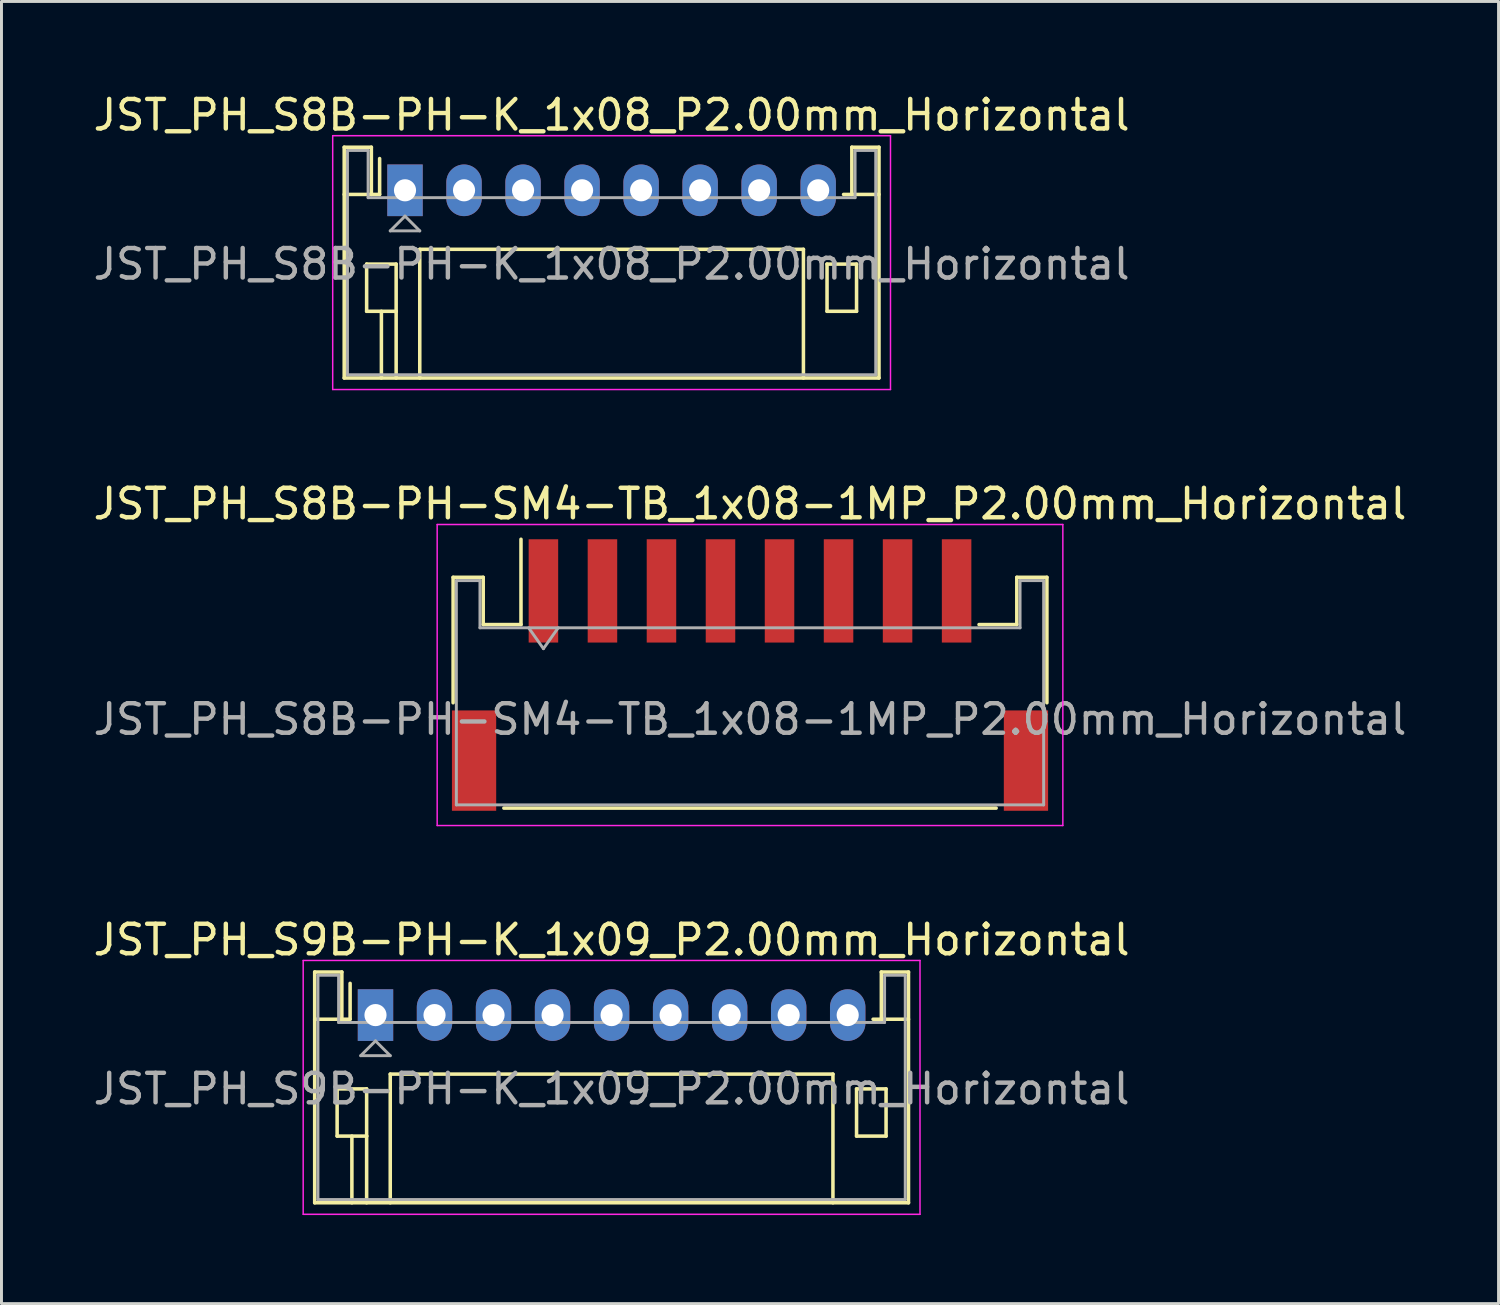
<source format=kicad_pcb>
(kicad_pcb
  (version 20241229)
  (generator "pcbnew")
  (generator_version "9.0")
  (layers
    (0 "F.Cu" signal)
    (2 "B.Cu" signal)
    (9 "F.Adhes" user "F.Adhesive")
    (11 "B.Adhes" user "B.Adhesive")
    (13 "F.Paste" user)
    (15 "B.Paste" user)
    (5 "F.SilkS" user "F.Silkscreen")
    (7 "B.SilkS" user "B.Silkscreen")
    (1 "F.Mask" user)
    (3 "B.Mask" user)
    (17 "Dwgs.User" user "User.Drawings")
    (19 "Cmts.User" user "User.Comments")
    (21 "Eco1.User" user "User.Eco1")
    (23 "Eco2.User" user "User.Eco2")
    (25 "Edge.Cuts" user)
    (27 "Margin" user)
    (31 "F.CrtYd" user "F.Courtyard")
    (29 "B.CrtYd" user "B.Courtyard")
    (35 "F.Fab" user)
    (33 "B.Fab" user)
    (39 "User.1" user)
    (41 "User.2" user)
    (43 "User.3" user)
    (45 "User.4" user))
  (footprint "JST_PH_S9B-PH-K_1x09_P2.00mm_Horizontal"
    (layer "F.Cu")
    (at 9.673 31.345)
    (property "Reference" "JST_PH_S9B-PH-K_1x09_P2.00mm_Horizontal" (at 8 -2.55 0) (layer "F.SilkS") (effects (font (size 1 1) (thickness 0.15))))
    (attr through_hole)
    (fp_line (start -2.06 -1.46) (end -2.06 6.36) (stroke (width 0.12) (type solid)) (layer "F.SilkS"))
    (fp_line (start -2.06 0.14) (end -1.14 0.14) (stroke (width 0.12) (type solid)) (layer "F.SilkS"))
    (fp_line (start -2.06 6.36) (end 18.06 6.36) (stroke (width 0.12) (type solid)) (layer "F.SilkS"))
    (fp_line (start -1.3 2.5) (end -1.3 4.1) (stroke (width 0.12) (type solid)) (layer "F.SilkS"))
    (fp_line (start -1.3 4.1) (end -0.3 4.1) (stroke (width 0.12) (type solid)) (layer "F.SilkS"))
    (fp_line (start -1.14 -1.46) (end -2.06 -1.46) (stroke (width 0.12) (type solid)) (layer "F.SilkS"))
    (fp_line (start -1.14 0.14) (end -1.14 -1.46) (stroke (width 0.12) (type solid)) (layer "F.SilkS"))
    (fp_line (start -0.86 0.14) (end -1.14 0.14) (stroke (width 0.12) (type solid)) (layer "F.SilkS"))
    (fp_line (start -0.86 0.14) (end -0.86 -1.075) (stroke (width 0.12) (type solid)) (layer "F.SilkS"))
    (fp_line (start -0.8 4.1) (end -0.8 6.36) (stroke (width 0.12) (type solid)) (layer "F.SilkS"))
    (fp_line (start -0.3 2.5) (end -1.3 2.5) (stroke (width 0.12) (type solid)) (layer "F.SilkS"))
    (fp_line (start -0.3 4.1) (end -0.3 2.5) (stroke (width 0.12) (type solid)) (layer "F.SilkS"))
    (fp_line (start -0.3 4.1) (end -0.3 6.36) (stroke (width 0.12) (type solid)) (layer "F.SilkS"))
    (fp_line (start 0.5 2) (end 15.5 2) (stroke (width 0.12) (type solid)) (layer "F.SilkS"))
    (fp_line (start 0.5 6.36) (end 0.5 2) (stroke (width 0.12) (type solid)) (layer "F.SilkS"))
    (fp_line (start 15.5 2) (end 15.5 6.36) (stroke (width 0.12) (type solid)) (layer "F.SilkS"))
    (fp_line (start 16.3 2.5) (end 17.3 2.5) (stroke (width 0.12) (type solid)) (layer "F.SilkS"))
    (fp_line (start 16.3 4.1) (end 16.3 2.5) (stroke (width 0.12) (type solid)) (layer "F.SilkS"))
    (fp_line (start 17.14 -1.46) (end 17.14 0.14) (stroke (width 0.12) (type solid)) (layer "F.SilkS"))
    (fp_line (start 17.14 0.14) (end 16.86 0.14) (stroke (width 0.12) (type solid)) (layer "F.SilkS"))
    (fp_line (start 17.3 2.5) (end 17.3 4.1) (stroke (width 0.12) (type solid)) (layer "F.SilkS"))
    (fp_line (start 17.3 4.1) (end 16.3 4.1) (stroke (width 0.12) (type solid)) (layer "F.SilkS"))
    (fp_line (start 18.06 -1.46) (end 17.14 -1.46) (stroke (width 0.12) (type solid)) (layer "F.SilkS"))
    (fp_line (start 18.06 0.14) (end 17.14 0.14) (stroke (width 0.12) (type solid)) (layer "F.SilkS"))
    (fp_line (start 18.06 6.36) (end 18.06 -1.46) (stroke (width 0.12) (type solid)) (layer "F.SilkS"))
    (fp_line (start -2.45 -1.85) (end -2.45 6.75) (stroke (width 0.05) (type solid)) (layer "F.CrtYd"))
    (fp_line (start -2.45 6.75) (end 18.45 6.75) (stroke (width 0.05) (type solid)) (layer "F.CrtYd"))
    (fp_line (start 18.45 -1.85) (end -2.45 -1.85) (stroke (width 0.05) (type solid)) (layer "F.CrtYd"))
    (fp_line (start 18.45 6.75) (end 18.45 -1.85) (stroke (width 0.05) (type solid)) (layer "F.CrtYd"))
    (fp_line (start -1.95 -1.35) (end -1.95 6.25) (stroke (width 0.1) (type solid)) (layer "F.Fab"))
    (fp_line (start -1.95 6.25) (end 17.95 6.25) (stroke (width 0.1) (type solid)) (layer "F.Fab"))
    (fp_line (start -1.25 -1.35) (end -1.95 -1.35) (stroke (width 0.1) (type solid)) (layer "F.Fab"))
    (fp_line (start -1.25 0.25) (end -1.25 -1.35) (stroke (width 0.1) (type solid)) (layer "F.Fab"))
    (fp_line (start -0.5 1.375) (end 0.5 1.375) (stroke (width 0.1) (type solid)) (layer "F.Fab"))
    (fp_line (start 0 0.875) (end -0.5 1.375) (stroke (width 0.1) (type solid)) (layer "F.Fab"))
    (fp_line (start 0.5 1.375) (end 0 0.875) (stroke (width 0.1) (type solid)) (layer "F.Fab"))
    (fp_line (start 17.25 -1.35) (end 17.25 0.25) (stroke (width 0.1) (type solid)) (layer "F.Fab"))
    (fp_line (start 17.25 0.25) (end -1.25 0.25) (stroke (width 0.1) (type solid)) (layer "F.Fab"))
    (fp_line (start 17.95 -1.35) (end 17.25 -1.35) (stroke (width 0.1) (type solid)) (layer "F.Fab"))
    (fp_line (start 17.95 6.25) (end 17.95 -1.35) (stroke (width 0.1) (type solid)) (layer "F.Fab"))
    (fp_text user "${REFERENCE}" (at 8 2.5 0) (layer "F.Fab") (effects (font (size 1 1) (thickness 0.15))))
    (pad "1" thru_hole rect (at 0 0) (size 1.2 1.75) (drill 0.75) (layers "*.Cu" "*.Mask"))
    (pad "2" thru_hole oval (at 2 0) (size 1.2 1.75) (drill 0.75) (layers "*.Cu" "*.Mask"))
    (pad "3" thru_hole oval (at 4 0) (size 1.2 1.75) (drill 0.75) (layers "*.Cu" "*.Mask"))
    (pad "4" thru_hole oval (at 6 0) (size 1.2 1.75) (drill 0.75) (layers "*.Cu" "*.Mask"))
    (pad "5" thru_hole oval (at 8 0) (size 1.2 1.75) (drill 0.75) (layers "*.Cu" "*.Mask"))
    (pad "6" thru_hole oval (at 10 0) (size 1.2 1.75) (drill 0.75) (layers "*.Cu" "*.Mask"))
    (pad "7" thru_hole oval (at 12 0) (size 1.2 1.75) (drill 0.75) (layers "*.Cu" "*.Mask"))
    (pad "8" thru_hole oval (at 14 0) (size 1.2 1.75) (drill 0.75) (layers "*.Cu" "*.Mask"))
    (pad "9" thru_hole oval (at 16 0) (size 1.2 1.75) (drill 0.75) (layers "*.Cu" "*.Mask")))
  (footprint "JST_PH_S8B-PH-SM4-TB_1x08-1MP_P2.00mm_Horizontal"
    (layer "F.Cu")
    (at 22.363 19.822)
    (property "Reference" "JST_PH_S8B-PH-SM4-TB_1x08-1MP_P2.00mm_Horizontal" (at 0 -5.8 0) (layer "F.SilkS") (effects (font (size 1 1) (thickness 0.15))))
    (attr smd)
    (fp_line (start -10.06 -3.31) (end -9.04 -3.31) (stroke (width 0.12) (type solid)) (layer "F.SilkS"))
    (fp_line (start -10.06 0.94) (end -10.06 -3.31) (stroke (width 0.12) (type solid)) (layer "F.SilkS"))
    (fp_line (start -9.04 -3.31) (end -9.04 -1.71) (stroke (width 0.12) (type solid)) (layer "F.SilkS"))
    (fp_line (start -9.04 -1.71) (end -7.76 -1.71) (stroke (width 0.12) (type solid)) (layer "F.SilkS"))
    (fp_line (start -8.34 4.51) (end 8.34 4.51) (stroke (width 0.12) (type solid)) (layer "F.SilkS"))
    (fp_line (start -7.76 -1.71) (end -7.76 -4.6) (stroke (width 0.12) (type solid)) (layer "F.SilkS"))
    (fp_line (start 9.04 -3.31) (end 9.04 -1.71) (stroke (width 0.12) (type solid)) (layer "F.SilkS"))
    (fp_line (start 9.04 -1.71) (end 7.76 -1.71) (stroke (width 0.12) (type solid)) (layer "F.SilkS"))
    (fp_line (start 10.06 -3.31) (end 9.04 -3.31) (stroke (width 0.12) (type solid)) (layer "F.SilkS"))
    (fp_line (start 10.06 0.94) (end 10.06 -3.31) (stroke (width 0.12) (type solid)) (layer "F.SilkS"))
    (fp_line (start -10.6 -5.1) (end -10.6 5.1) (stroke (width 0.05) (type solid)) (layer "F.CrtYd"))
    (fp_line (start -10.6 5.1) (end 10.6 5.1) (stroke (width 0.05) (type solid)) (layer "F.CrtYd"))
    (fp_line (start 10.6 -5.1) (end -10.6 -5.1) (stroke (width 0.05) (type solid)) (layer "F.CrtYd"))
    (fp_line (start 10.6 5.1) (end 10.6 -5.1) (stroke (width 0.05) (type solid)) (layer "F.CrtYd"))
    (fp_line (start -9.95 -3.2) (end -9.95 4.4) (stroke (width 0.1) (type solid)) (layer "F.Fab"))
    (fp_line (start -9.95 -3.2) (end -9.15 -3.2) (stroke (width 0.1) (type solid)) (layer "F.Fab"))
    (fp_line (start -9.95 4.4) (end 9.95 4.4) (stroke (width 0.1) (type solid)) (layer "F.Fab"))
    (fp_line (start -9.15 -3.2) (end -9.15 -1.6) (stroke (width 0.1) (type solid)) (layer "F.Fab"))
    (fp_line (start -9.15 -1.6) (end 9.15 -1.6) (stroke (width 0.1) (type solid)) (layer "F.Fab"))
    (fp_line (start -7.5 -1.6) (end -7 -0.893) (stroke (width 0.1) (type solid)) (layer "F.Fab"))
    (fp_line (start -7 -0.893) (end -6.5 -1.6) (stroke (width 0.1) (type solid)) (layer "F.Fab"))
    (fp_line (start 9.15 -3.2) (end 9.95 -3.2) (stroke (width 0.1) (type solid)) (layer "F.Fab"))
    (fp_line (start 9.15 -1.6) (end 9.15 -3.2) (stroke (width 0.1) (type solid)) (layer "F.Fab"))
    (fp_line (start 9.95 -3.2) (end 9.95 4.4) (stroke (width 0.1) (type solid)) (layer "F.Fab"))
    (fp_text user "${REFERENCE}" (at 0 1.5 0) (layer "F.Fab") (effects (font (size 1 1) (thickness 0.15))))
    (pad "1" smd rect (at -7 -2.85) (size 1 3.5) (layers "F.Cu" "F.Mask" "F.Paste"))
    (pad "2" smd rect (at -5 -2.85) (size 1 3.5) (layers "F.Cu" "F.Mask" "F.Paste"))
    (pad "3" smd rect (at -3 -2.85) (size 1 3.5) (layers "F.Cu" "F.Mask" "F.Paste"))
    (pad "4" smd rect (at -1 -2.85) (size 1 3.5) (layers "F.Cu" "F.Mask" "F.Paste"))
    (pad "5" smd rect (at 1 -2.85) (size 1 3.5) (layers "F.Cu" "F.Mask" "F.Paste"))
    (pad "6" smd rect (at 3 -2.85) (size 1 3.5) (layers "F.Cu" "F.Mask" "F.Paste"))
    (pad "7" smd rect (at 5 -2.85) (size 1 3.5) (layers "F.Cu" "F.Mask" "F.Paste"))
    (pad "8" smd rect (at 7 -2.85) (size 1 3.5) (layers "F.Cu" "F.Mask" "F.Paste"))
    (pad "MP" smd rect (at -9.35 2.9) (size 1.5 3.4) (layers "F.Cu" "F.Mask" "F.Paste"))
    (pad "MP" smd rect (at 9.35 2.9) (size 1.5 3.4) (layers "F.Cu" "F.Mask" "F.Paste")))
  (footprint "JST_PH_S8B-PH-K_1x08_P2.00mm_Horizontal"
    (layer "F.Cu")
    (at 10.673 3.398)
    (property "Reference" "JST_PH_S8B-PH-K_1x08_P2.00mm_Horizontal" (at 7 -2.55 0) (layer "F.SilkS") (effects (font (size 1 1) (thickness 0.15))))
    (attr through_hole)
    (fp_line (start -2.06 -1.46) (end -2.06 6.36) (stroke (width 0.12) (type solid)) (layer "F.SilkS"))
    (fp_line (start -2.06 0.14) (end -1.14 0.14) (stroke (width 0.12) (type solid)) (layer "F.SilkS"))
    (fp_line (start -2.06 6.36) (end 16.06 6.36) (stroke (width 0.12) (type solid)) (layer "F.SilkS"))
    (fp_line (start -1.3 2.5) (end -1.3 4.1) (stroke (width 0.12) (type solid)) (layer "F.SilkS"))
    (fp_line (start -1.3 4.1) (end -0.3 4.1) (stroke (width 0.12) (type solid)) (layer "F.SilkS"))
    (fp_line (start -1.14 -1.46) (end -2.06 -1.46) (stroke (width 0.12) (type solid)) (layer "F.SilkS"))
    (fp_line (start -1.14 0.14) (end -1.14 -1.46) (stroke (width 0.12) (type solid)) (layer "F.SilkS"))
    (fp_line (start -0.86 0.14) (end -1.14 0.14) (stroke (width 0.12) (type solid)) (layer "F.SilkS"))
    (fp_line (start -0.86 0.14) (end -0.86 -1.075) (stroke (width 0.12) (type solid)) (layer "F.SilkS"))
    (fp_line (start -0.8 4.1) (end -0.8 6.36) (stroke (width 0.12) (type solid)) (layer "F.SilkS"))
    (fp_line (start -0.3 2.5) (end -1.3 2.5) (stroke (width 0.12) (type solid)) (layer "F.SilkS"))
    (fp_line (start -0.3 4.1) (end -0.3 2.5) (stroke (width 0.12) (type solid)) (layer "F.SilkS"))
    (fp_line (start -0.3 4.1) (end -0.3 6.36) (stroke (width 0.12) (type solid)) (layer "F.SilkS"))
    (fp_line (start 0.5 2) (end 13.5 2) (stroke (width 0.12) (type solid)) (layer "F.SilkS"))
    (fp_line (start 0.5 6.36) (end 0.5 2) (stroke (width 0.12) (type solid)) (layer "F.SilkS"))
    (fp_line (start 13.5 2) (end 13.5 6.36) (stroke (width 0.12) (type solid)) (layer "F.SilkS"))
    (fp_line (start 14.3 2.5) (end 15.3 2.5) (stroke (width 0.12) (type solid)) (layer "F.SilkS"))
    (fp_line (start 14.3 4.1) (end 14.3 2.5) (stroke (width 0.12) (type solid)) (layer "F.SilkS"))
    (fp_line (start 15.14 -1.46) (end 15.14 0.14) (stroke (width 0.12) (type solid)) (layer "F.SilkS"))
    (fp_line (start 15.14 0.14) (end 14.86 0.14) (stroke (width 0.12) (type solid)) (layer "F.SilkS"))
    (fp_line (start 15.3 2.5) (end 15.3 4.1) (stroke (width 0.12) (type solid)) (layer "F.SilkS"))
    (fp_line (start 15.3 4.1) (end 14.3 4.1) (stroke (width 0.12) (type solid)) (layer "F.SilkS"))
    (fp_line (start 16.06 -1.46) (end 15.14 -1.46) (stroke (width 0.12) (type solid)) (layer "F.SilkS"))
    (fp_line (start 16.06 0.14) (end 15.14 0.14) (stroke (width 0.12) (type solid)) (layer "F.SilkS"))
    (fp_line (start 16.06 6.36) (end 16.06 -1.46) (stroke (width 0.12) (type solid)) (layer "F.SilkS"))
    (fp_line (start -2.45 -1.85) (end -2.45 6.75) (stroke (width 0.05) (type solid)) (layer "F.CrtYd"))
    (fp_line (start -2.45 6.75) (end 16.45 6.75) (stroke (width 0.05) (type solid)) (layer "F.CrtYd"))
    (fp_line (start 16.45 -1.85) (end -2.45 -1.85) (stroke (width 0.05) (type solid)) (layer "F.CrtYd"))
    (fp_line (start 16.45 6.75) (end 16.45 -1.85) (stroke (width 0.05) (type solid)) (layer "F.CrtYd"))
    (fp_line (start -1.95 -1.35) (end -1.95 6.25) (stroke (width 0.1) (type solid)) (layer "F.Fab"))
    (fp_line (start -1.95 6.25) (end 15.95 6.25) (stroke (width 0.1) (type solid)) (layer "F.Fab"))
    (fp_line (start -1.25 -1.35) (end -1.95 -1.35) (stroke (width 0.1) (type solid)) (layer "F.Fab"))
    (fp_line (start -1.25 0.25) (end -1.25 -1.35) (stroke (width 0.1) (type solid)) (layer "F.Fab"))
    (fp_line (start -0.5 1.375) (end 0.5 1.375) (stroke (width 0.1) (type solid)) (layer "F.Fab"))
    (fp_line (start 0 0.875) (end -0.5 1.375) (stroke (width 0.1) (type solid)) (layer "F.Fab"))
    (fp_line (start 0.5 1.375) (end 0 0.875) (stroke (width 0.1) (type solid)) (layer "F.Fab"))
    (fp_line (start 15.25 -1.35) (end 15.25 0.25) (stroke (width 0.1) (type solid)) (layer "F.Fab"))
    (fp_line (start 15.25 0.25) (end -1.25 0.25) (stroke (width 0.1) (type solid)) (layer "F.Fab"))
    (fp_line (start 15.95 -1.35) (end 15.25 -1.35) (stroke (width 0.1) (type solid)) (layer "F.Fab"))
    (fp_line (start 15.95 6.25) (end 15.95 -1.35) (stroke (width 0.1) (type solid)) (layer "F.Fab"))
    (fp_text user "${REFERENCE}" (at 7 2.5 0) (layer "F.Fab") (effects (font (size 1 1) (thickness 0.15))))
    (pad "1" thru_hole rect (at 0 0) (size 1.2 1.75) (drill 0.75) (layers "*.Cu" "*.Mask"))
    (pad "2" thru_hole oval (at 2 0) (size 1.2 1.75) (drill 0.75) (layers "*.Cu" "*.Mask"))
    (pad "3" thru_hole oval (at 4 0) (size 1.2 1.75) (drill 0.75) (layers "*.Cu" "*.Mask"))
    (pad "4" thru_hole oval (at 6 0) (size 1.2 1.75) (drill 0.75) (layers "*.Cu" "*.Mask"))
    (pad "5" thru_hole oval (at 8 0) (size 1.2 1.75) (drill 0.75) (layers "*.Cu" "*.Mask"))
    (pad "6" thru_hole oval (at 10 0) (size 1.2 1.75) (drill 0.75) (layers "*.Cu" "*.Mask"))
    (pad "7" thru_hole oval (at 12 0) (size 1.2 1.75) (drill 0.75) (layers "*.Cu" "*.Mask"))
    (pad "8" thru_hole oval (at 14 0) (size 1.2 1.75) (drill 0.75) (layers "*.Cu" "*.Mask")))
  (gr_rect
    (start -3 -3)
    (end 47.726 41.12)
    (stroke (width 0.1) (type default))
    (fill no)
    (layer "Edge.Cuts")))
</source>
